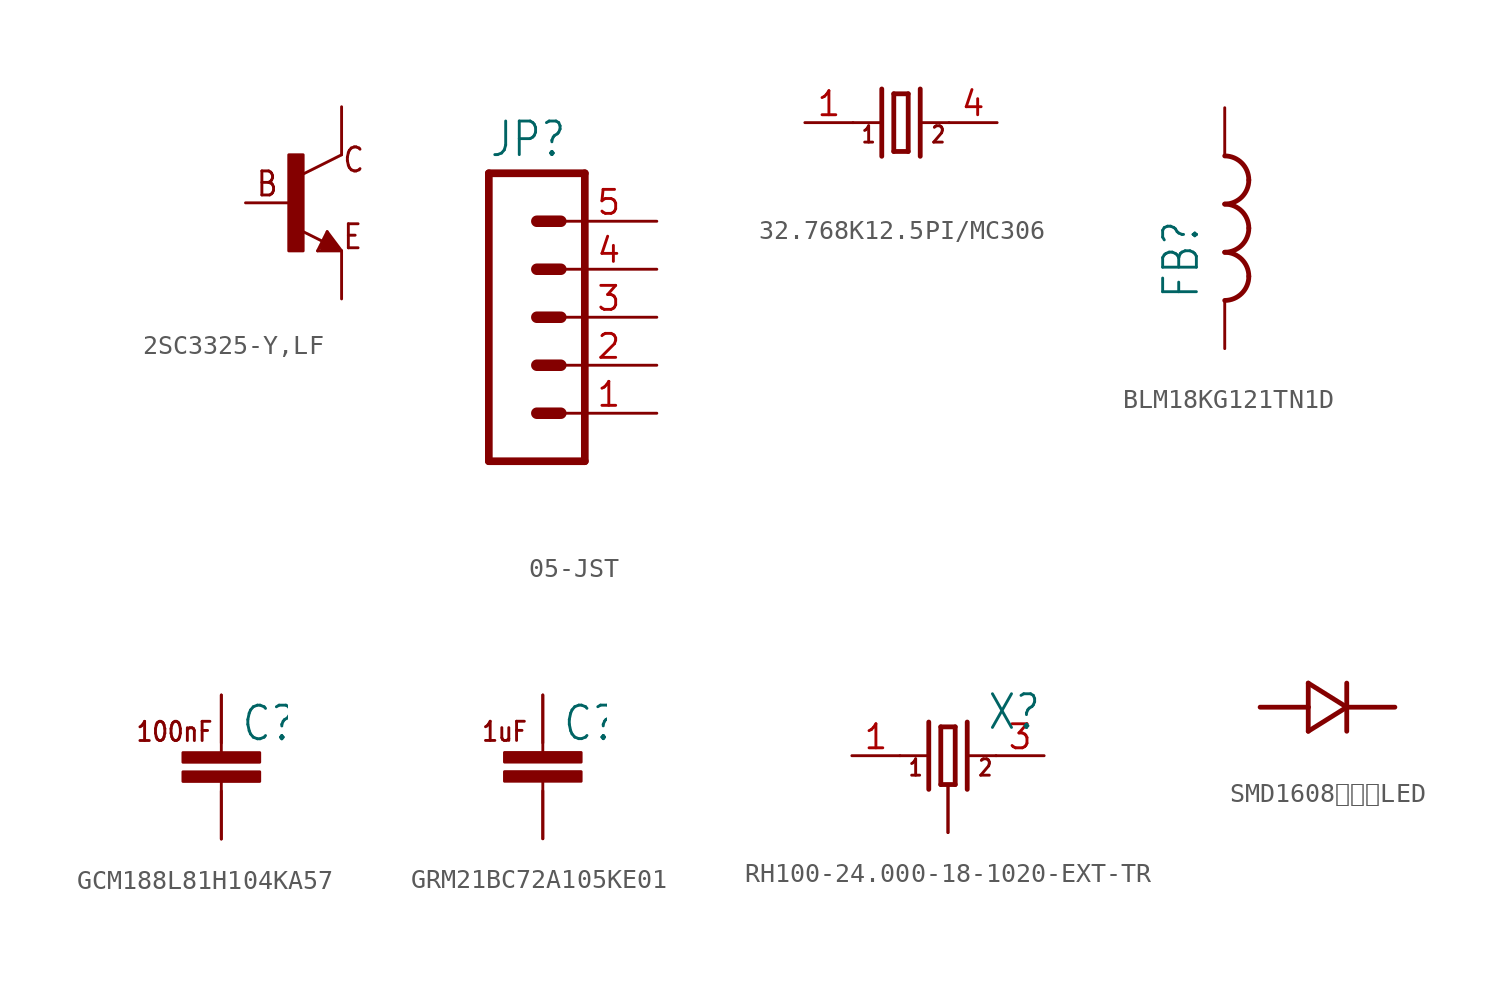
<source format=kicad_sym>
(kicad_symbol_lib
  (version 20220914)
  (generator kicad_symbol_editor)
  (symbol "2SC3325-Y,LF"
    (property "Reference" ""
      (at -10.16 7.62 0)
      (effects (font (size 1.778 1.511)) (justify left bottom) hide))
    (property "Value" ""
      (at -10.16 5.08 0)
      (effects (font (size 1.778 1.511)) (justify left bottom)))
    (property "ki_locked" ""
      (at 0 0 0)
      (effects (font (size 1.27 1.27))))
    (symbol "2SC3325-Y,LF_1_0"
      (rectangle (start -0.254 -2.54) (end 0.508 2.54) (stroke (width 0) (type default)) (fill (type outline)))
      (polyline (pts (xy 1.27 -2.54) (xy 1.778 -1.524)) (stroke (width 0.152) (type solid)) (fill (type none)))
      (polyline (pts (xy 1.524 -2.413) (xy 2.286 -2.413)) (stroke (width 0.254) (type solid)) (fill (type none)))
      (polyline (pts (xy 1.524 -2.286) (xy 1.905 -2.286)) (stroke (width 0.254) (type solid)) (fill (type none)))
      (polyline (pts (xy 1.54 -2.04) (xy 0.308 -1.424)) (stroke (width 0.152) (type solid)) (fill (type none)))
      (polyline (pts (xy 1.778 -1.778) (xy 1.524 -2.286)) (stroke (width 0.254) (type solid)) (fill (type none)))
      (polyline (pts (xy 1.778 -1.524) (xy 2.54 -2.54)) (stroke (width 0.152) (type solid)) (fill (type none)))
      (polyline (pts (xy 1.905 -2.286) (xy 1.778 -2.032)) (stroke (width 0.254) (type solid)) (fill (type none)))
      (polyline (pts (xy 2.286 -2.413) (xy 1.778 -1.778)) (stroke (width 0.254) (type solid)) (fill (type none)))
      (polyline (pts (xy 2.54 -2.54) (xy 1.27 -2.54)) (stroke (width 0.152) (type solid)) (fill (type none)))
      (polyline (pts (xy 2.54 2.54) (xy 0.508 1.524)) (stroke (width 0.152) (type solid)) (fill (type none)))
      (text "B" (at -2.032 0.254 0) (effects (font (size 1.27 1.079)) (justify left bottom)))
      (text "C" (at 2.54 1.524 0) (effects (font (size 1.27 1.079)) (justify left bottom)))
      (text "E" (at 2.54 -2.54 0) (effects (font (size 1.27 1.079)) (justify left bottom)))
      (pin passive line (at -2.54 0 0) (length 2.54) (name "B" (effects (font (size 0 0)))) (number "BASE" (effects (font (size 0 0)))))
      (pin passive line (at 2.54 5.08 270) (length 2.54) (name "C" (effects (font (size 0 0)))) (number "COLLECTOR" (effects (font (size 0 0)))))
      (pin passive line (at 2.54 -5.08 90) (length 2.54) (name "E" (effects (font (size 0 0)))) (number "EMITTER" (effects (font (size 0 0)))))))
  (symbol "05-JST"
    (property "Reference" "JP"
      (at -1.27 8.382 0)
      (effects (font (size 1.778 1.511)) (justify left bottom)))
    (property "Value" ""
      (at -1.27 -10.16 0)
      (effects (font (size 1.778 1.511)) (justify left bottom)))
    (property "ki_locked" ""
      (at 0 0 0)
      (effects (font (size 1.27 1.27))))
    (symbol "05-JST_1_0"
      (polyline (pts (xy -1.27 7.62) (xy -1.27 -7.62)) (stroke (width 0.406) (type solid)) (fill (type none)))
      (polyline (pts (xy -1.27 7.62) (xy 3.81 7.62)) (stroke (width 0.406) (type solid)) (fill (type none)))
      (polyline (pts (xy 1.27 -5.08) (xy 2.54 -5.08)) (stroke (width 0.61) (type solid)) (fill (type none)))
      (polyline (pts (xy 1.27 -2.54) (xy 2.54 -2.54)) (stroke (width 0.61) (type solid)) (fill (type none)))
      (polyline (pts (xy 1.27 0) (xy 2.54 0)) (stroke (width 0.61) (type solid)) (fill (type none)))
      (polyline (pts (xy 1.27 2.54) (xy 2.54 2.54)) (stroke (width 0.61) (type solid)) (fill (type none)))
      (polyline (pts (xy 1.27 5.08) (xy 2.54 5.08)) (stroke (width 0.61) (type solid)) (fill (type none)))
      (polyline (pts (xy 3.81 -7.62) (xy -1.27 -7.62)) (stroke (width 0.406) (type solid)) (fill (type none)))
      (polyline (pts (xy 3.81 -7.62) (xy 3.81 7.62)) (stroke (width 0.406) (type solid)) (fill (type none)))
      (pin passive line (at 7.62 -5.08 180) (length 5.08) (name "1" (effects (font (size 0 0)))) (number "1" (effects (font (size 1.27 1.27)))))
      (pin passive line (at 7.62 -2.54 180) (length 5.08) (name "2" (effects (font (size 0 0)))) (number "2" (effects (font (size 1.27 1.27)))))
      (pin passive line (at 7.62 0 180) (length 5.08) (name "3" (effects (font (size 0 0)))) (number "3" (effects (font (size 1.27 1.27)))))
      (pin passive line (at 7.62 2.54 180) (length 5.08) (name "4" (effects (font (size 0 0)))) (number "4" (effects (font (size 1.27 1.27)))))
      (pin passive line (at 7.62 5.08 180) (length 5.08) (name "5" (effects (font (size 0 0)))) (number "5" (effects (font (size 1.27 1.27)))))))
  (symbol "32.768K12.5PI/MC306"
    (property "Reference" ""
      (at 2.032 1.27 0)
      (effects (font (size 1.778 1.511)) (justify left bottom) hide))
    (property "Value" ""
      (at 2.032 -4.064 0)
      (effects (font (size 1.778 1.511)) (justify left bottom)))
    (property "ki_locked" ""
      (at 0 0 0)
      (effects (font (size 1.27 1.27))))
    (symbol "32.768K12.5PI/MC306_1_0"
      (polyline (pts (xy -2.54 0) (xy -1.016 0)) (stroke (width 0.152) (type solid)) (fill (type none)))
      (polyline (pts (xy -1.016 1.778) (xy -1.016 -1.778)) (stroke (width 0.254) (type solid)) (fill (type none)))
      (polyline (pts (xy -0.381 -1.524) (xy 0.381 -1.524)) (stroke (width 0.254) (type solid)) (fill (type none)))
      (polyline (pts (xy -0.381 1.524) (xy -0.381 -1.524)) (stroke (width 0.254) (type solid)) (fill (type none)))
      (polyline (pts (xy 0.381 -1.524) (xy 0.381 1.524)) (stroke (width 0.254) (type solid)) (fill (type none)))
      (polyline (pts (xy 0.381 1.524) (xy -0.381 1.524)) (stroke (width 0.254) (type solid)) (fill (type none)))
      (polyline (pts (xy 1.016 0) (xy 2.54 0)) (stroke (width 0.152) (type solid)) (fill (type none)))
      (polyline (pts (xy 1.016 1.778) (xy 1.016 -1.778)) (stroke (width 0.254) (type solid)) (fill (type none)))
      (text "1" (at -2.159 -1.143 0) (effects (font (size 0.864 0.734)) (justify left bottom)))
      (text "2" (at 1.524 -1.143 0) (effects (font (size 0.864 0.734)) (justify left bottom)))
      (pin passive line (at -5.08 0 0) (length 2.54) (name "1" (effects (font (size 0 0)))) (number "1" (effects (font (size 1.27 1.27)))))
      (pin passive line (at 5.08 0 180) (length 2.54) (name "4" (effects (font (size 0 0)))) (number "4" (effects (font (size 1.27 1.27)))))))
  (symbol "BLM18KG121TN1D"
    (property "Reference" "FB"
      (at -1.27 -2.54 90)
      (effects (font (size 1.778 1.511)) (justify left bottom)))
    (property "Value" ""
      (at 3.81 -2.54 90)
      (effects (font (size 1.778 1.511)) (justify left bottom)))
    (property "ki_locked" ""
      (at 0 0 0)
      (effects (font (size 1.27 1.27))))
    (symbol "BLM18KG121TN1D_1_0"
      (arc (start 0 -2.54) (mid 0.898 -2.168) (end 1.27 -1.27) (stroke (width 0.254) (type solid)) (fill (type none)))
      (arc (start 0 0) (mid 0.898 0.372) (end 1.27 1.27) (stroke (width 0.254) (type solid)) (fill (type none)))
      (arc (start 0 2.54) (mid 0.898 2.912) (end 1.27 3.81) (stroke (width 0.254) (type solid)) (fill (type none)))
      (arc (start 1.27 -1.27) (mid 0.898 -0.372) (end 0 0) (stroke (width 0.254) (type solid)) (fill (type none)))
      (arc (start 1.27 1.27) (mid 0.898 2.168) (end 0 2.54) (stroke (width 0.254) (type solid)) (fill (type none)))
      (arc (start 1.27 3.81) (mid 0.898 4.708) (end 0 5.08) (stroke (width 0.254) (type solid)) (fill (type none)))
      (pin passive line (at 0 7.62 270) (length 2.54) (name "1" (effects (font (size 0 0)))) (number "1" (effects (font (size 0 0)))))
      (pin passive line (at 0 -5.08 90) (length 2.54) (name "2" (effects (font (size 0 0)))) (number "2" (effects (font (size 0 0)))))))
  (symbol "GCM188L81H104KA57"
    (property "Reference" "C"
      (at 1.016 0 0)
      (effects (font (size 1.778 1.511)) (justify left bottom)))
    (property "ki_locked" ""
      (at 0 0 0)
      (effects (font (size 1.27 1.27))))
    (symbol "GCM188L81H104KA57_1_0"
      (rectangle (start -2.032 -2.032) (end 2.032 -1.524) (stroke (width 0) (type default)) (fill (type outline)))
      (rectangle (start -2.032 -1.016) (end 2.032 -0.508) (stroke (width 0) (type default)) (fill (type outline)))
      (polyline (pts (xy 0 -5.08) (xy 0 -2.032)) (stroke (width 0.152) (type solid)) (fill (type none)))
      (polyline (pts (xy 0 -0.508) (xy 0 2.54)) (stroke (width 0.152) (type solid)) (fill (type none)))
      (text "100nF" (at -4.572 0 0) (effects (font (size 1.016 0.864)) (justify left bottom)))
      (pin bidirectional line (at 0 2.54 270) (length 2.54) (name "P$1" (effects (font (size 0 0)))) (number "P$1" (effects (font (size 0 0)))))
      (pin bidirectional line (at 0 -5.08 90) (length 2.54) (name "P$2" (effects (font (size 0 0)))) (number "P$2" (effects (font (size 0 0)))))))
  (symbol "GRM21BC72A105KE01"
    (property "Reference" "C"
      (at 1.016 0 0)
      (effects (font (size 1.778 1.511)) (justify left bottom)))
    (property "ki_locked" ""
      (at 0 0 0)
      (effects (font (size 1.27 1.27))))
    (symbol "GRM21BC72A105KE01_1_0"
      (rectangle (start -2.032 -2.032) (end 2.032 -1.524) (stroke (width 0) (type default)) (fill (type outline)))
      (rectangle (start -2.032 -1.016) (end 2.032 -0.508) (stroke (width 0) (type default)) (fill (type outline)))
      (polyline (pts (xy 0 -5.08) (xy 0 -2.032)) (stroke (width 0.152) (type solid)) (fill (type none)))
      (polyline (pts (xy 0 -0.508) (xy 0 2.54)) (stroke (width 0.152) (type solid)) (fill (type none)))
      (text "1uF" (at -3.302 0 0) (effects (font (size 1.016 0.864)) (justify left bottom)))
      (pin bidirectional line (at 0 2.54 270) (length 2.54) (name "P$1" (effects (font (size 0 0)))) (number "P$1" (effects (font (size 0 0)))))
      (pin bidirectional line (at 0 -5.08 90) (length 2.54) (name "P$2" (effects (font (size 0 0)))) (number "P$2" (effects (font (size 0 0)))))))
  (symbol "RH100-24.000-18-1020-EXT-TR"
    (property "Reference" "X"
      (at 2.032 1.27 0)
      (effects (font (size 1.778 1.511)) (justify left bottom)))
    (property "Value" ""
      (at 1.27 -4.064 0)
      (effects (font (size 1.778 1.511)) (justify left bottom)))
    (property "ki_locked" ""
      (at 0 0 0)
      (effects (font (size 1.27 1.27))))
    (symbol "RH100-24.000-18-1020-EXT-TR_1_0"
      (polyline (pts (xy -2.54 0) (xy -1.016 0)) (stroke (width 0.152) (type solid)) (fill (type none)))
      (polyline (pts (xy -1.016 1.778) (xy -1.016 -1.778)) (stroke (width 0.254) (type solid)) (fill (type none)))
      (polyline (pts (xy -0.381 -1.524) (xy 0.381 -1.524)) (stroke (width 0.254) (type solid)) (fill (type none)))
      (polyline (pts (xy -0.381 1.524) (xy -0.381 -1.524)) (stroke (width 0.254) (type solid)) (fill (type none)))
      (polyline (pts (xy 0.381 -1.524) (xy 0.381 1.524)) (stroke (width 0.254) (type solid)) (fill (type none)))
      (polyline (pts (xy 0.381 1.524) (xy -0.381 1.524)) (stroke (width 0.254) (type solid)) (fill (type none)))
      (polyline (pts (xy 1.016 0) (xy 2.54 0)) (stroke (width 0.152) (type solid)) (fill (type none)))
      (polyline (pts (xy 1.016 1.778) (xy 1.016 -1.778)) (stroke (width 0.254) (type solid)) (fill (type none)))
      (text "1" (at -2.159 -1.143 0) (effects (font (size 0.864 0.734)) (justify left bottom)))
      (text "2" (at 1.524 -1.143 0) (effects (font (size 0.864 0.734)) (justify left bottom)))
      (pin passive line (at -5.08 0 0) (length 2.54) (name "1" (effects (font (size 0 0)))) (number "1" (effects (font (size 1.27 1.27)))))
      (pin bidirectional line (at 0 -4.064 90) (length 2.54) (name "SHIELD" (effects (font (size 0 0)))) (number "2" (effects (font (size 0 0)))))
      (pin passive line (at 5.08 0 180) (length 2.54) (name "2" (effects (font (size 0 0)))) (number "3" (effects (font (size 1.27 1.27)))))
      (pin bidirectional line (at 0 -4.064 90) (length 2.54) (name "SHIELD" (effects (font (size 0 0)))) (number "4" (effects (font (size 0 0)))))))
  (symbol "SMD1608チップLED"
    (property "Reference" ""
      (at 0.254 1.524 0)
      (effects (font (size 1.778 1.511)) (justify left bottom) hide))
    (property "Value" ""
      (at 0.254 -3.048 0)
      (effects (font (size 1.778 1.511)) (justify left bottom)))
    (property "ki_locked" ""
      (at 0 0 0)
      (effects (font (size 1.27 1.27))))
    (symbol "SMD1608チップLED_1_0"
      (polyline (pts (xy -0.762 -1.27) (xy 1.27 0)) (stroke (width 0.254) (type solid)) (fill (type none)))
      (polyline (pts (xy -0.762 0) (xy -3.302 0)) (stroke (width 0.254) (type solid)) (fill (type none)))
      (polyline (pts (xy -0.762 0) (xy -0.762 -1.27)) (stroke (width 0.254) (type solid)) (fill (type none)))
      (polyline (pts (xy -0.762 1.27) (xy -0.762 0)) (stroke (width 0.254) (type solid)) (fill (type none)))
      (polyline (pts (xy 1.27 0) (xy -0.762 1.27)) (stroke (width 0.254) (type solid)) (fill (type none)))
      (polyline (pts (xy 1.27 0) (xy 1.27 -1.27)) (stroke (width 0.254) (type solid)) (fill (type none)))
      (polyline (pts (xy 1.27 0) (xy 3.81 0)) (stroke (width 0.254) (type solid)) (fill (type none)))
      (polyline (pts (xy 1.27 1.27) (xy 1.27 0)) (stroke (width 0.254) (type solid)) (fill (type none)))
      (pin bidirectional line (at -3.302 0 0) (length 2.54) (name "ANODE" (effects (font (size 0 0)))) (number "ANODE" (effects (font (size 0 0)))))
      (pin bidirectional line (at 3.81 0 180) (length 2.54) (name "CATHODE" (effects (font (size 0 0)))) (number "CATHODE" (effects (font (size 0 0))))))))
</source>
